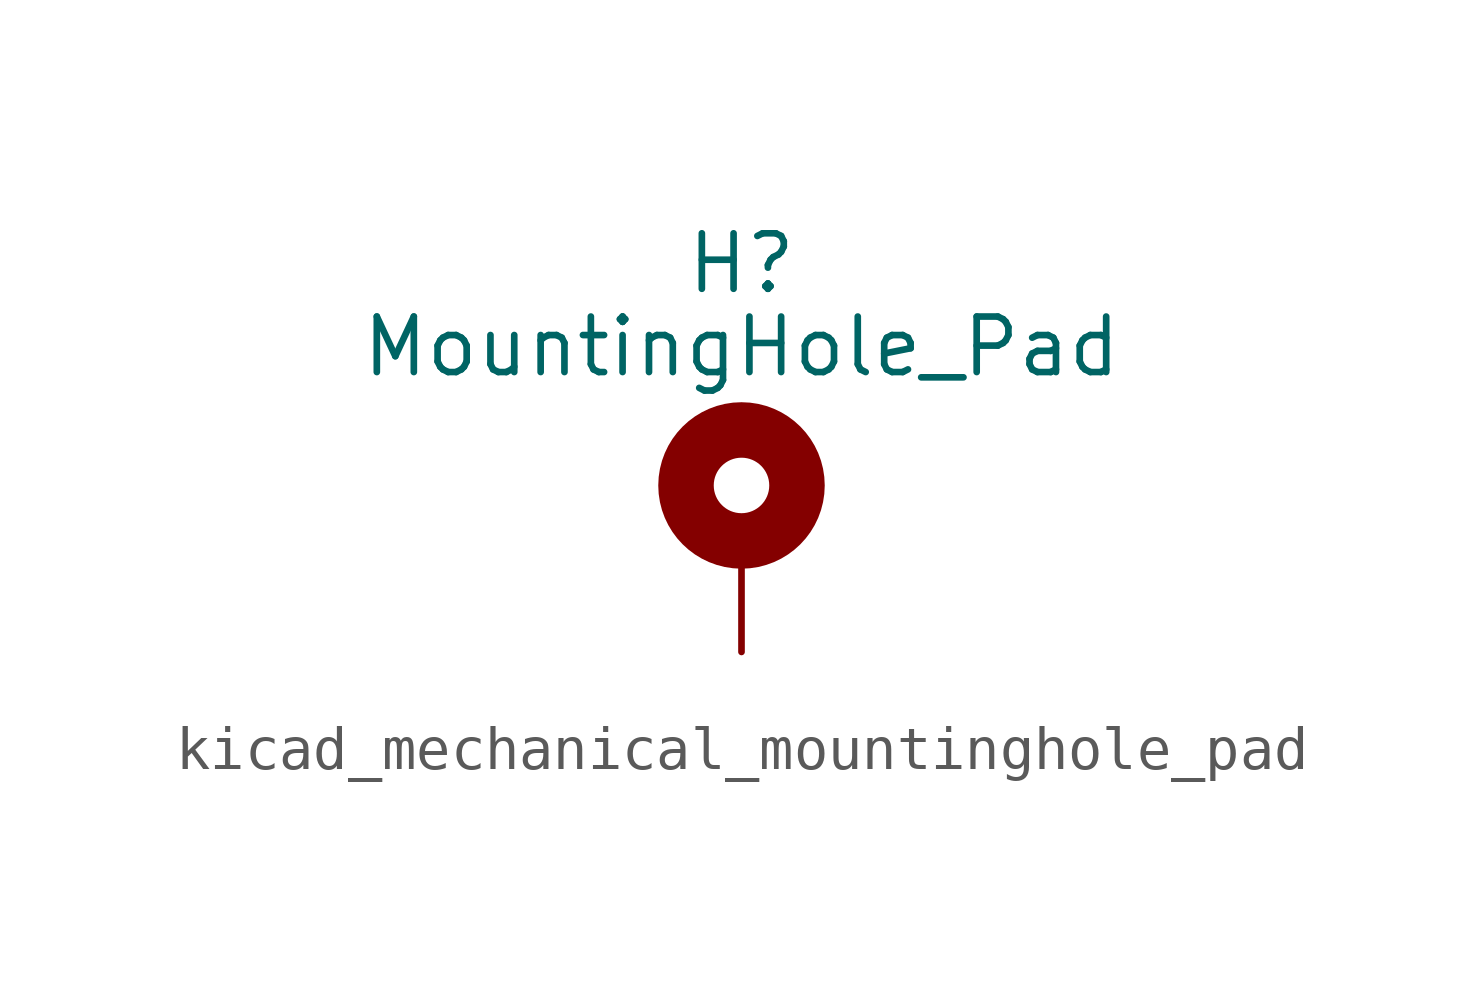
<source format=kicad_sym>
(kicad_symbol_lib
  (version 20220914)
  (generator kicad_symbol_editor)
  (symbol "kicad_mechanical_mountinghole_pad"
    (pin_numbers hide)
    (pin_names
      (offset 1.016) hide)
    (property "Reference" "H"
      (at 0 6.35 0)
      (effects (font (size 1.27 1.27))))
    (property "Value" "MountingHole_Pad"
      (at 0 4.445 0)
      (effects (font (size 1.27 1.27))))
    (symbol "kicad_mechanical_mountinghole_pad_0_1"
      (circle (center 0 1.27) (radius 1.27) (stroke (width 1.27) (type default)) (fill (type none))))
    (symbol "kicad_mechanical_mountinghole_pad_1_1"
      (pin input line (at 0 -2.54 90) (length 2.54) (name "1" (effects (font (size 1.27 1.27)))) (number "1" (effects (font (size 1.27 1.27))))))))
</source>
